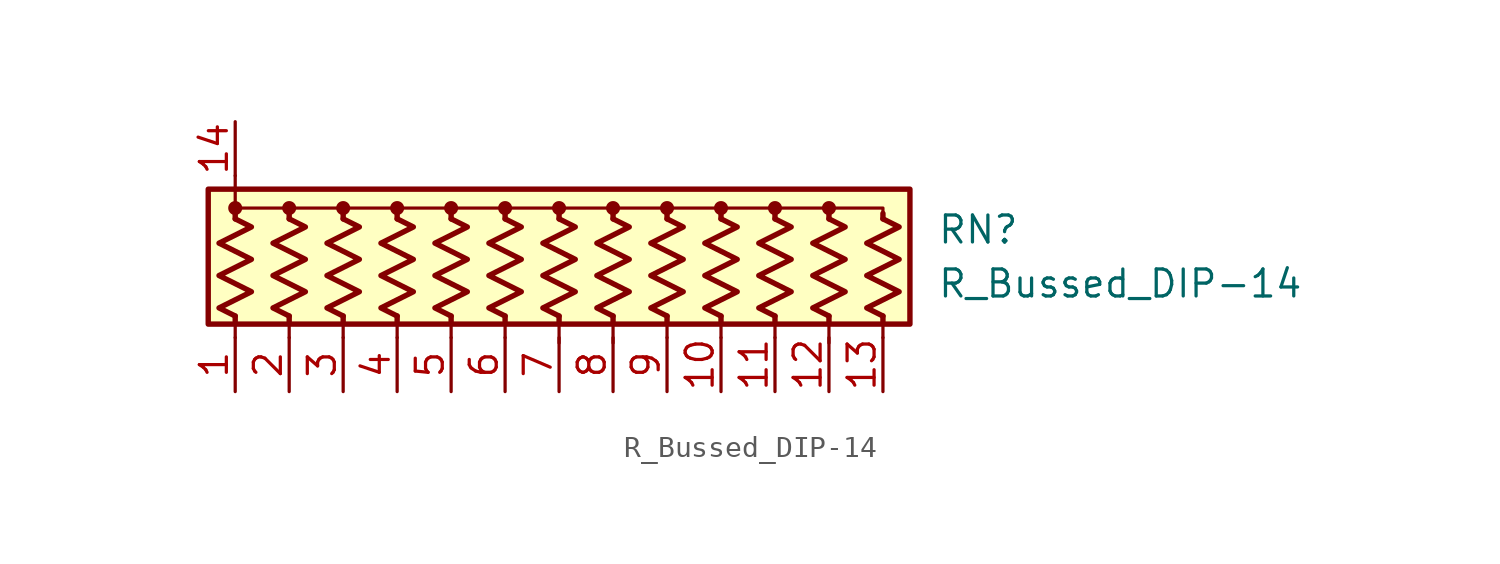
<source format=kicad_sym>
(kicad_symbol_lib
  (version 20220914)
  (generator kicad_symbol_editor)
  (symbol "R_Bussed_DIP-14"
    (pin_names
      (offset 0.002) hide)
    (property "Reference" "RN"
      (at 17.78 1.27 0)
      (effects (font (size 1.27 1.27)) (justify left)))
    (property "Value" "R_Bussed_DIP-14"
      (at 17.78 -1.27 0)
      (effects (font (size 1.27 1.27)) (justify left)))
    (symbol "R_Bussed_DIP-14_0_1"
      (rectangle (start -16.51 3.175) (end 16.51 -3.175) (stroke (width 0.254) (type default)) (fill (type background)))
      (circle (center -15.24 2.286) (radius 0.254) (stroke (width 0) (type default)) (fill (type outline)))
      (circle (center -12.7 2.286) (radius 0.254) (stroke (width 0) (type default)) (fill (type outline)))
      (circle (center -10.16 2.286) (radius 0.254) (stroke (width 0) (type default)) (fill (type outline)))
      (circle (center -7.62 2.286) (radius 0.254) (stroke (width 0) (type default)) (fill (type outline)))
      (circle (center -5.08 2.286) (radius 0.254) (stroke (width 0) (type default)) (fill (type outline)))
      (circle (center -2.54 2.286) (radius 0.254) (stroke (width 0) (type default)) (fill (type outline)))
      (polyline (pts (xy -15.24 -3.048) (xy -15.24 -3.81)) (stroke (width 0) (type default)) (fill (type none)))
      (polyline (pts (xy -15.24 -2.794) (xy -15.24 -3.048)) (stroke (width 0.254) (type default)) (fill (type none)))
      (polyline (pts (xy -15.24 1.778) (xy -15.24 2.032)) (stroke (width 0.254) (type default)) (fill (type none)))
      (polyline (pts (xy -15.24 3.81) (xy -15.24 2.54)) (stroke (width 0) (type default)) (fill (type none)))
      (polyline (pts (xy -12.7 -2.794) (xy -12.7 -3.81)) (stroke (width 0) (type default)) (fill (type none)))
      (polyline (pts (xy -12.7 -2.794) (xy -12.7 -3.048)) (stroke (width 0.254) (type default)) (fill (type none)))
      (polyline (pts (xy -12.7 1.778) (xy -12.7 2.032)) (stroke (width 0.254) (type default)) (fill (type none)))
      (polyline (pts (xy -10.16 -2.794) (xy -10.16 -3.81)) (stroke (width 0) (type default)) (fill (type none)))
      (polyline (pts (xy -10.16 -2.794) (xy -10.16 -3.048)) (stroke (width 0.254) (type default)) (fill (type none)))
      (polyline (pts (xy -10.16 1.778) (xy -10.16 2.032)) (stroke (width 0.254) (type default)) (fill (type none)))
      (polyline (pts (xy -7.62 -2.794) (xy -7.62 -3.81)) (stroke (width 0) (type default)) (fill (type none)))
      (polyline (pts (xy -7.62 -2.794) (xy -7.62 -3.048)) (stroke (width 0.254) (type default)) (fill (type none)))
      (polyline (pts (xy -7.62 1.778) (xy -7.62 2.032)) (stroke (width 0.254) (type default)) (fill (type none)))
      (polyline (pts (xy -5.08 -3.048) (xy -5.08 -3.81)) (stroke (width 0) (type default)) (fill (type none)))
      (polyline (pts (xy -5.08 -2.794) (xy -5.08 -3.048)) (stroke (width 0.254) (type default)) (fill (type none)))
      (polyline (pts (xy -5.08 1.778) (xy -5.08 2.032)) (stroke (width 0.254) (type default)) (fill (type none)))
      (polyline (pts (xy -2.54 -2.794) (xy -2.54 -3.81)) (stroke (width 0) (type default)) (fill (type none)))
      (polyline (pts (xy -2.54 -2.794) (xy -2.54 -3.048)) (stroke (width 0.254) (type default)) (fill (type none)))
      (polyline (pts (xy -2.54 1.778) (xy -2.54 2.032)) (stroke (width 0.254) (type default)) (fill (type none)))
      (polyline (pts (xy 0 -2.794) (xy 0 -4.064)) (stroke (width 0) (type default)) (fill (type none)))
      (polyline (pts (xy 0 -2.794) (xy 0 -3.048)) (stroke (width 0.254) (type default)) (fill (type none)))
      (polyline (pts (xy 0 1.778) (xy 0 2.032)) (stroke (width 0.254) (type default)) (fill (type none)))
      (polyline (pts (xy 2.54 -2.794) (xy 2.54 -4.064)) (stroke (width 0) (type default)) (fill (type none)))
      (polyline (pts (xy 2.54 -2.794) (xy 2.54 -3.048)) (stroke (width 0.254) (type default)) (fill (type none)))
      (polyline (pts (xy 2.54 1.778) (xy 2.54 2.032)) (stroke (width 0.254) (type default)) (fill (type none)))
      (polyline (pts (xy 5.08 -2.794) (xy 5.08 -3.81)) (stroke (width 0) (type default)) (fill (type none)))
      (polyline (pts (xy 5.08 -2.794) (xy 5.08 -3.048)) (stroke (width 0.254) (type default)) (fill (type none)))
      (polyline (pts (xy 5.08 1.778) (xy 5.08 2.032)) (stroke (width 0.254) (type default)) (fill (type none)))
      (polyline (pts (xy 7.62 -2.794) (xy 7.62 -3.81)) (stroke (width 0) (type default)) (fill (type none)))
      (polyline (pts (xy 7.62 -2.794) (xy 7.62 -3.048)) (stroke (width 0.254) (type default)) (fill (type none)))
      (polyline (pts (xy 7.62 1.778) (xy 7.62 2.032)) (stroke (width 0.254) (type default)) (fill (type none)))
      (polyline (pts (xy 10.16 -2.794) (xy 10.16 -3.81)) (stroke (width 0) (type default)) (fill (type none)))
      (polyline (pts (xy 10.16 -2.794) (xy 10.16 -3.048)) (stroke (width 0.254) (type default)) (fill (type none)))
      (polyline (pts (xy 10.16 1.778) (xy 10.16 2.032)) (stroke (width 0.254) (type default)) (fill (type none)))
      (polyline (pts (xy 12.7 -2.794) (xy 12.7 -4.064)) (stroke (width 0) (type default)) (fill (type none)))
      (polyline (pts (xy 12.7 -2.794) (xy 12.7 -3.048)) (stroke (width 0.254) (type default)) (fill (type none)))
      (polyline (pts (xy 12.7 1.778) (xy 12.7 2.032)) (stroke (width 0.254) (type default)) (fill (type none)))
      (polyline (pts (xy 15.24 -2.794) (xy 15.24 -3.81)) (stroke (width 0) (type default)) (fill (type none)))
      (polyline (pts (xy 15.24 -2.794) (xy 15.24 -3.048)) (stroke (width 0.254) (type default)) (fill (type none)))
      (polyline (pts (xy 15.24 1.778) (xy 15.24 2.032)) (stroke (width 0.254) (type default)) (fill (type none)))
      (polyline (pts (xy 2.54 1.778) (xy 2.54 2.286) (xy 0 2.286)) (stroke (width 0.152) (type default)) (fill (type none)))
      (polyline (pts (xy 5.08 1.778) (xy 5.08 2.286) (xy 2.54 2.286)) (stroke (width 0.152) (type default)) (fill (type none)))
      (polyline (pts (xy 7.62 1.778) (xy 7.62 2.286) (xy 5.08 2.286)) (stroke (width 0.152) (type default)) (fill (type none)))
      (polyline (pts (xy 10.16 1.778) (xy 10.16 2.286) (xy 7.62 2.286)) (stroke (width 0.152) (type default)) (fill (type none)))
      (polyline (pts (xy 12.7 1.778) (xy 12.7 2.286) (xy 10.16 2.286)) (stroke (width 0.152) (type default)) (fill (type none)))
      (polyline (pts (xy 15.24 1.778) (xy 15.24 2.286) (xy 12.7 2.286)) (stroke (width 0.152) (type default)) (fill (type none)))
      (polyline (pts (xy -15.24 1.778) (xy -15.24 2.286) (xy -12.7 2.286) (xy -12.7 1.778)) (stroke (width 0) (type default)) (fill (type none)))
      (polyline (pts (xy -12.7 1.778) (xy -12.7 2.286) (xy -10.16 2.286) (xy -10.16 1.778)) (stroke (width 0) (type default)) (fill (type none)))
      (polyline (pts (xy -10.16 1.778) (xy -10.16 2.286) (xy -7.62 2.286) (xy -7.62 1.778)) (stroke (width 0) (type default)) (fill (type none)))
      (polyline (pts (xy -7.62 1.778) (xy -7.62 2.286) (xy -5.08 2.286) (xy -5.08 1.778)) (stroke (width 0) (type default)) (fill (type none)))
      (polyline (pts (xy -5.08 1.778) (xy -5.08 2.286) (xy -2.54 2.286) (xy -2.54 1.778)) (stroke (width 0) (type default)) (fill (type none)))
      (polyline (pts (xy -2.54 1.778) (xy -2.54 2.286) (xy 0 2.286) (xy 0 1.778)) (stroke (width 0) (type default)) (fill (type none)))
      (polyline (pts (xy -15.24 1.778) (xy -14.478 1.397) (xy -16.002 0.635) (xy -15.24 0.254) (xy -14.478 -0.127) (xy -15.24 -0.508) (xy -16.002 -0.889) (xy -15.24 -1.27) (xy -14.478 -1.651) (xy -15.24 -2.032) (xy -16.002 -2.413) (xy -15.24 -2.794)) (stroke (width 0.254) (type default)) (fill (type none)))
      (polyline (pts (xy -12.7 1.778) (xy -11.938 1.397) (xy -13.462 0.635) (xy -12.7 0.254) (xy -11.938 -0.127) (xy -12.7 -0.508) (xy -13.462 -0.889) (xy -12.7 -1.27) (xy -11.938 -1.651) (xy -12.7 -2.032) (xy -13.462 -2.413) (xy -12.7 -2.794)) (stroke (width 0.254) (type default)) (fill (type none)))
      (polyline (pts (xy -10.16 1.778) (xy -9.398 1.397) (xy -10.922 0.635) (xy -10.16 0.254) (xy -9.398 -0.127) (xy -10.16 -0.508) (xy -10.922 -0.889) (xy -10.16 -1.27) (xy -9.398 -1.651) (xy -10.16 -2.032) (xy -10.922 -2.413) (xy -10.16 -2.794)) (stroke (width 0.254) (type default)) (fill (type none)))
      (polyline (pts (xy -7.62 1.778) (xy -6.858 1.397) (xy -8.382 0.635) (xy -7.62 0.254) (xy -6.858 -0.127) (xy -7.62 -0.508) (xy -8.382 -0.889) (xy -7.62 -1.27) (xy -6.858 -1.651) (xy -7.62 -2.032) (xy -8.382 -2.413) (xy -7.62 -2.794)) (stroke (width 0.254) (type default)) (fill (type none)))
      (polyline (pts (xy -5.08 1.778) (xy -4.318 1.397) (xy -5.842 0.635) (xy -5.08 0.254) (xy -4.318 -0.127) (xy -5.08 -0.508) (xy -5.842 -0.889) (xy -5.08 -1.27) (xy -4.318 -1.651) (xy -5.08 -2.032) (xy -5.842 -2.413) (xy -5.08 -2.794)) (stroke (width 0.254) (type default)) (fill (type none)))
      (polyline (pts (xy -2.54 1.778) (xy -1.778 1.397) (xy -3.302 0.635) (xy -2.54 0.254) (xy -1.778 -0.127) (xy -2.54 -0.508) (xy -3.302 -0.889) (xy -2.54 -1.27) (xy -1.778 -1.651) (xy -2.54 -2.032) (xy -3.302 -2.413) (xy -2.54 -2.794)) (stroke (width 0.254) (type default)) (fill (type none)))
      (polyline (pts (xy 0 1.778) (xy 0.762 1.397) (xy -0.762 0.635) (xy 0 0.254) (xy 0.762 -0.127) (xy 0 -0.508) (xy -0.762 -0.889) (xy 0 -1.27) (xy 0.762 -1.651) (xy 0 -2.032) (xy -0.762 -2.413) (xy 0 -2.794)) (stroke (width 0.254) (type default)) (fill (type none)))
      (polyline (pts (xy 2.54 1.778) (xy 3.302 1.397) (xy 1.778 0.635) (xy 2.54 0.254) (xy 3.302 -0.127) (xy 2.54 -0.508) (xy 1.778 -0.889) (xy 2.54 -1.27) (xy 3.302 -1.651) (xy 2.54 -2.032) (xy 1.778 -2.413) (xy 2.54 -2.794)) (stroke (width 0.254) (type default)) (fill (type none)))
      (polyline (pts (xy 5.08 1.778) (xy 5.842 1.397) (xy 4.318 0.635) (xy 5.08 0.254) (xy 5.842 -0.127) (xy 5.08 -0.508) (xy 4.318 -0.889) (xy 5.08 -1.27) (xy 5.842 -1.651) (xy 5.08 -2.032) (xy 4.318 -2.413) (xy 5.08 -2.794)) (stroke (width 0.254) (type default)) (fill (type none)))
      (polyline (pts (xy 7.62 1.778) (xy 8.382 1.397) (xy 6.858 0.635) (xy 7.62 0.254) (xy 8.382 -0.127) (xy 7.62 -0.508) (xy 6.858 -0.889) (xy 7.62 -1.27) (xy 8.382 -1.651) (xy 7.62 -2.032) (xy 6.858 -2.413) (xy 7.62 -2.794)) (stroke (width 0.254) (type default)) (fill (type none)))
      (polyline (pts (xy 10.16 1.778) (xy 10.922 1.397) (xy 9.398 0.635) (xy 10.16 0.254) (xy 10.922 -0.127) (xy 10.16 -0.508) (xy 9.398 -0.889) (xy 10.16 -1.27) (xy 10.922 -1.651) (xy 10.16 -2.032) (xy 9.398 -2.413) (xy 10.16 -2.794)) (stroke (width 0.254) (type default)) (fill (type none)))
      (polyline (pts (xy 12.7 1.778) (xy 13.462 1.397) (xy 11.938 0.635) (xy 12.7 0.254) (xy 13.462 -0.127) (xy 12.7 -0.508) (xy 11.938 -0.889) (xy 12.7 -1.27) (xy 13.462 -1.651) (xy 12.7 -2.032) (xy 11.938 -2.413) (xy 12.7 -2.794)) (stroke (width 0.254) (type default)) (fill (type none)))
      (polyline (pts (xy 15.24 1.778) (xy 16.002 1.397) (xy 14.478 0.635) (xy 15.24 0.254) (xy 16.002 -0.127) (xy 15.24 -0.508) (xy 14.478 -0.889) (xy 15.24 -1.27) (xy 16.002 -1.651) (xy 15.24 -2.032) (xy 14.478 -2.413) (xy 15.24 -2.794)) (stroke (width 0.254) (type default)) (fill (type none)))
      (circle (center 0 2.286) (radius 0.254) (stroke (width 0) (type default)) (fill (type outline)))
      (circle (center 2.54 2.286) (radius 0.254) (stroke (width 0) (type default)) (fill (type outline)))
      (circle (center 5.08 2.286) (radius 0.254) (stroke (width 0) (type default)) (fill (type outline)))
      (circle (center 7.62 2.286) (radius 0.254) (stroke (width 0) (type default)) (fill (type outline)))
      (circle (center 10.16 2.286) (radius 0.254) (stroke (width 0) (type default)) (fill (type outline)))
      (circle (center 12.7 2.286) (radius 0.254) (stroke (width 0) (type default)) (fill (type outline))))
    (symbol "R_Bussed_DIP-14_1_1"
      (pin passive line (at -15.24 -6.35 90) (length 2.54) (name "R1" (effects (font (size 1.27 1.27)))) (number "1" (effects (font (size 1.27 1.27)))))
      (pin passive line (at 7.62 -6.35 90) (length 2.54) (name "R10" (effects (font (size 1.27 1.27)))) (number "10" (effects (font (size 1.27 1.27)))))
      (pin passive line (at 10.16 -6.35 90) (length 2.54) (name "R11" (effects (font (size 1.27 1.27)))) (number "11" (effects (font (size 1.27 1.27)))))
      (pin passive line (at 12.7 -6.35 90) (length 2.54) (name "R12" (effects (font (size 1.27 1.27)))) (number "12" (effects (font (size 1.27 1.27)))))
      (pin passive line (at 15.24 -6.35 90) (length 2.54) (name "R13" (effects (font (size 1.27 1.27)))) (number "13" (effects (font (size 1.27 1.27)))))
      (pin passive line (at -15.24 6.35 270) (length 2.54) (name "common" (effects (font (size 1.27 1.27)))) (number "14" (effects (font (size 1.27 1.27)))))
      (pin passive line (at -12.7 -6.35 90) (length 2.54) (name "R2" (effects (font (size 1.27 1.27)))) (number "2" (effects (font (size 1.27 1.27)))))
      (pin passive line (at -10.16 -6.35 90) (length 2.54) (name "R3" (effects (font (size 1.27 1.27)))) (number "3" (effects (font (size 1.27 1.27)))))
      (pin passive line (at -7.62 -6.35 90) (length 2.54) (name "R4" (effects (font (size 1.27 1.27)))) (number "4" (effects (font (size 1.27 1.27)))))
      (pin passive line (at -5.08 -6.35 90) (length 2.54) (name "R5" (effects (font (size 1.27 1.27)))) (number "5" (effects (font (size 1.27 1.27)))))
      (pin passive line (at -2.54 -6.35 90) (length 2.54) (name "R6" (effects (font (size 1.27 1.27)))) (number "6" (effects (font (size 1.27 1.27)))))
      (pin passive line (at 0 -6.35 90) (length 2.54) (name "R7" (effects (font (size 1.27 1.27)))) (number "7" (effects (font (size 1.27 1.27)))))
      (pin passive line (at 2.54 -6.35 90) (length 2.54) (name "R8" (effects (font (size 1.27 1.27)))) (number "8" (effects (font (size 1.27 1.27)))))
      (pin passive line (at 5.08 -6.35 90) (length 2.54) (name "R9" (effects (font (size 1.27 1.27)))) (number "9" (effects (font (size 1.27 1.27))))))))
</source>
